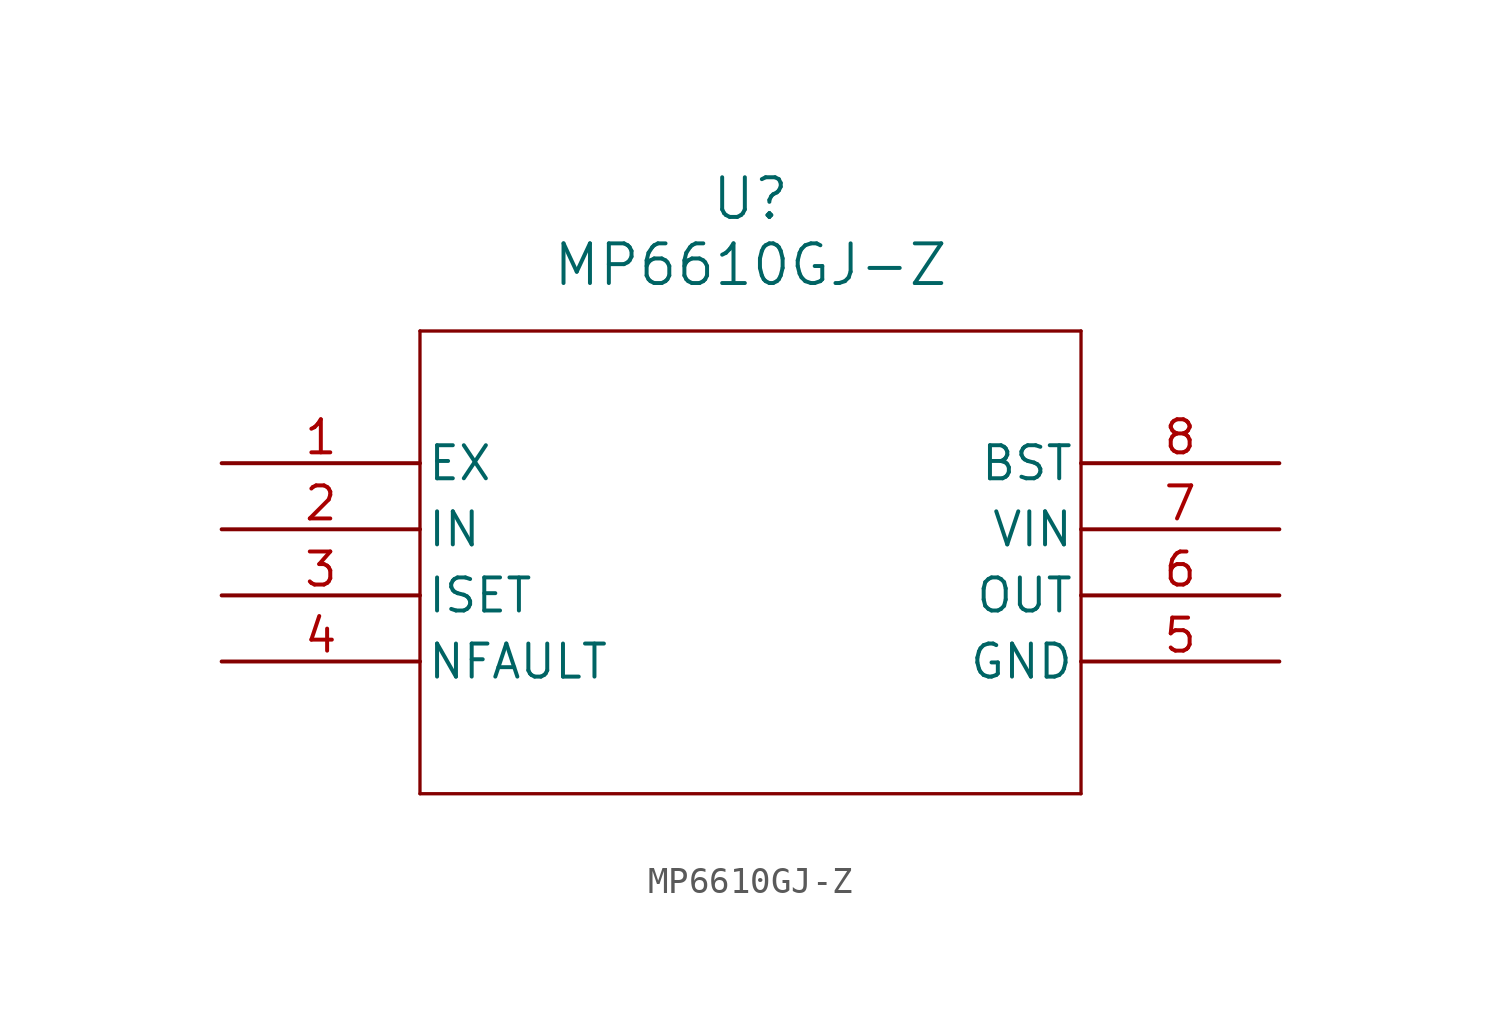
<source format=kicad_sym>
(kicad_symbol_lib
  (version 20211014)
  (generator kicad_symbol_editor)
  (symbol "MP6610GJ-Z"
    (pin_names
      (offset 0.254))
    (property "Reference" "U"
      (at 20.32 10.16 0)
      (effects (font (size 1.524 1.524))))
    (property "Value" "MP6610GJ-Z"
      (at 20.32 7.62 0)
      (effects (font (size 1.524 1.524))))
    (symbol "MP6610GJ-Z_0_1"
      (polyline (pts (xy 7.62 5.08) (xy 7.62 -12.7)) (stroke (width 0.127) (type default) (color 0 0 0 0)) (fill (type none)))
      (polyline (pts (xy 7.62 -12.7) (xy 33.02 -12.7)) (stroke (width 0.127) (type default) (color 0 0 0 0)) (fill (type none)))
      (polyline (pts (xy 33.02 -12.7) (xy 33.02 5.08)) (stroke (width 0.127) (type default) (color 0 0 0 0)) (fill (type none)))
      (polyline (pts (xy 33.02 5.08) (xy 7.62 5.08)) (stroke (width 0.127) (type default) (color 0 0 0 0)) (fill (type none)))
      (pin input line (at 0 0 0) (length 7.62) (name "EX" (effects (font (size 1.27 1.27)))) (number "1" (effects (font (size 1.27 1.27)))))
      (pin input line (at 0 -2.54 0) (length 7.62) (name "IN" (effects (font (size 1.27 1.27)))) (number "2" (effects (font (size 1.27 1.27)))))
      (pin unspecified line (at 0 -5.08 0) (length 7.62) (name "ISET" (effects (font (size 1.27 1.27)))) (number "3" (effects (font (size 1.27 1.27)))))
      (pin unspecified line (at 0 -7.62 0) (length 7.62) (name "NFAULT" (effects (font (size 1.27 1.27)))) (number "4" (effects (font (size 1.27 1.27)))))
      (pin power_in line (at 40.64 -7.62 180) (length 7.62) (name "GND" (effects (font (size 1.27 1.27)))) (number "5" (effects (font (size 1.27 1.27)))))
      (pin output line (at 40.64 -5.08 180) (length 7.62) (name "OUT" (effects (font (size 1.27 1.27)))) (number "6" (effects (font (size 1.27 1.27)))))
      (pin power_in line (at 40.64 -2.54 180) (length 7.62) (name "VIN" (effects (font (size 1.27 1.27)))) (number "7" (effects (font (size 1.27 1.27)))))
      (pin unspecified line (at 40.64 0 180) (length 7.62) (name "BST" (effects (font (size 1.27 1.27)))) (number "8" (effects (font (size 1.27 1.27))))))))
</source>
